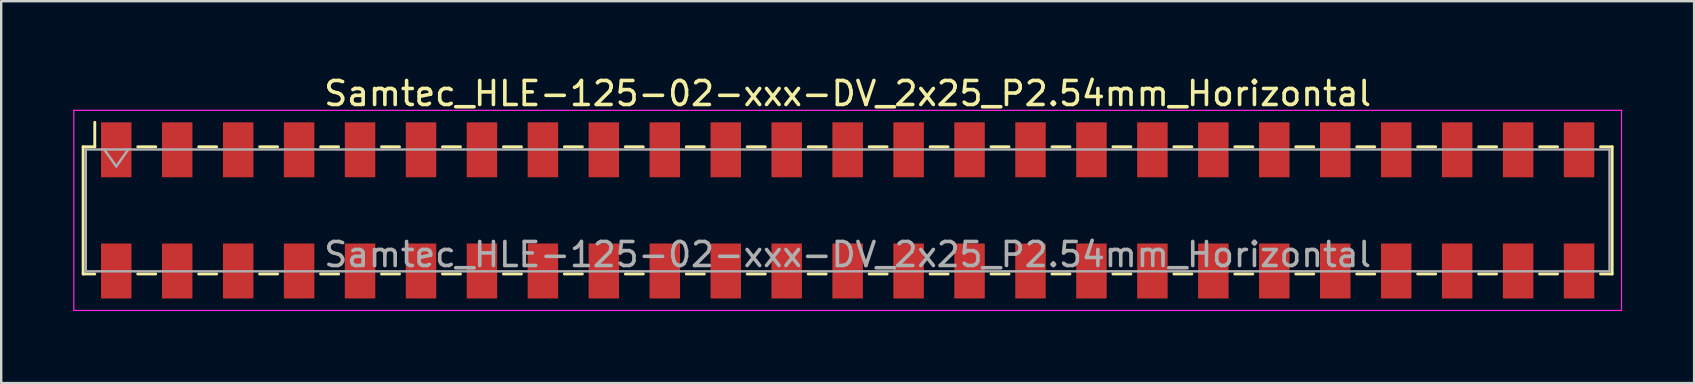
<source format=kicad_pcb>
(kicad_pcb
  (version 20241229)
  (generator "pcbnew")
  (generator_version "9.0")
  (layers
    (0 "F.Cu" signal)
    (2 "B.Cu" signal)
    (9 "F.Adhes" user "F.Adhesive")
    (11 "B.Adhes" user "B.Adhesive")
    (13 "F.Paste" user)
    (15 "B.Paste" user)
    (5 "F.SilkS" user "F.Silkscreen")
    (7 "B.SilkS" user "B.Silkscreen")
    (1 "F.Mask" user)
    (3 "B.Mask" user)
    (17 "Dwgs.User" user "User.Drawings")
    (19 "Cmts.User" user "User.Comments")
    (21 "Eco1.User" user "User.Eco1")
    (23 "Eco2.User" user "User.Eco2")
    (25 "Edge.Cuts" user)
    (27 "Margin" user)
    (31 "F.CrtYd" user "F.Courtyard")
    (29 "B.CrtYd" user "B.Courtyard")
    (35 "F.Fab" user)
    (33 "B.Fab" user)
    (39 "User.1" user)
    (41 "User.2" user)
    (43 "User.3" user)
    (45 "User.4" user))
  (footprint "Samtec_HLE-125-02-xxx-DV_2x25_P2.54mm_Horizontal"
    (layer "F.Cu")
    (at 32.275 5.718)
    (property "Reference" "Samtec_HLE-125-02-xxx-DV_2x25_P2.54mm_Horizontal" (at 0 -4.87 0) (layer "F.SilkS") (effects (font (size 1 1) (thickness 0.15))))
    (attr smd)
    (fp_line (start -31.86 -2.65) (end -31.86 2.65) (stroke (width 0.12) (type solid)) (layer "F.SilkS"))
    (fp_line (start -31.86 2.65) (end -31.375 2.65) (stroke (width 0.12) (type solid)) (layer "F.SilkS"))
    (fp_line (start -31.375 -3.67) (end -31.375 -2.65) (stroke (width 0.12) (type solid)) (layer "F.SilkS"))
    (fp_line (start -31.375 -2.65) (end -31.86 -2.65) (stroke (width 0.12) (type solid)) (layer "F.SilkS"))
    (fp_line (start -29.585 -2.65) (end -28.835 -2.65) (stroke (width 0.12) (type solid)) (layer "F.SilkS"))
    (fp_line (start -29.585 2.65) (end -28.835 2.65) (stroke (width 0.12) (type solid)) (layer "F.SilkS"))
    (fp_line (start -27.045 -2.65) (end -26.295 -2.65) (stroke (width 0.12) (type solid)) (layer "F.SilkS"))
    (fp_line (start -27.045 2.65) (end -26.295 2.65) (stroke (width 0.12) (type solid)) (layer "F.SilkS"))
    (fp_line (start -24.505 -2.65) (end -23.755 -2.65) (stroke (width 0.12) (type solid)) (layer "F.SilkS"))
    (fp_line (start -24.505 2.65) (end -23.755 2.65) (stroke (width 0.12) (type solid)) (layer "F.SilkS"))
    (fp_line (start -21.965 -2.65) (end -21.215 -2.65) (stroke (width 0.12) (type solid)) (layer "F.SilkS"))
    (fp_line (start -21.965 2.65) (end -21.215 2.65) (stroke (width 0.12) (type solid)) (layer "F.SilkS"))
    (fp_line (start -19.425 -2.65) (end -18.675 -2.65) (stroke (width 0.12) (type solid)) (layer "F.SilkS"))
    (fp_line (start -19.425 2.65) (end -18.675 2.65) (stroke (width 0.12) (type solid)) (layer "F.SilkS"))
    (fp_line (start -16.885 -2.65) (end -16.135 -2.65) (stroke (width 0.12) (type solid)) (layer "F.SilkS"))
    (fp_line (start -16.885 2.65) (end -16.135 2.65) (stroke (width 0.12) (type solid)) (layer "F.SilkS"))
    (fp_line (start -14.345 -2.65) (end -13.595 -2.65) (stroke (width 0.12) (type solid)) (layer "F.SilkS"))
    (fp_line (start -14.345 2.65) (end -13.595 2.65) (stroke (width 0.12) (type solid)) (layer "F.SilkS"))
    (fp_line (start -11.805 -2.65) (end -11.055 -2.65) (stroke (width 0.12) (type solid)) (layer "F.SilkS"))
    (fp_line (start -11.805 2.65) (end -11.055 2.65) (stroke (width 0.12) (type solid)) (layer "F.SilkS"))
    (fp_line (start -9.265 -2.65) (end -8.515 -2.65) (stroke (width 0.12) (type solid)) (layer "F.SilkS"))
    (fp_line (start -9.265 2.65) (end -8.515 2.65) (stroke (width 0.12) (type solid)) (layer "F.SilkS"))
    (fp_line (start -6.725 -2.65) (end -5.975 -2.65) (stroke (width 0.12) (type solid)) (layer "F.SilkS"))
    (fp_line (start -6.725 2.65) (end -5.975 2.65) (stroke (width 0.12) (type solid)) (layer "F.SilkS"))
    (fp_line (start -4.185 -2.65) (end -3.435 -2.65) (stroke (width 0.12) (type solid)) (layer "F.SilkS"))
    (fp_line (start -4.185 2.65) (end -3.435 2.65) (stroke (width 0.12) (type solid)) (layer "F.SilkS"))
    (fp_line (start -1.645 -2.65) (end -0.895 -2.65) (stroke (width 0.12) (type solid)) (layer "F.SilkS"))
    (fp_line (start -1.645 2.65) (end -0.895 2.65) (stroke (width 0.12) (type solid)) (layer "F.SilkS"))
    (fp_line (start 0.895 -2.65) (end 1.645 -2.65) (stroke (width 0.12) (type solid)) (layer "F.SilkS"))
    (fp_line (start 0.895 2.65) (end 1.645 2.65) (stroke (width 0.12) (type solid)) (layer "F.SilkS"))
    (fp_line (start 3.435 -2.65) (end 4.185 -2.65) (stroke (width 0.12) (type solid)) (layer "F.SilkS"))
    (fp_line (start 3.435 2.65) (end 4.185 2.65) (stroke (width 0.12) (type solid)) (layer "F.SilkS"))
    (fp_line (start 5.975 -2.65) (end 6.725 -2.65) (stroke (width 0.12) (type solid)) (layer "F.SilkS"))
    (fp_line (start 5.975 2.65) (end 6.725 2.65) (stroke (width 0.12) (type solid)) (layer "F.SilkS"))
    (fp_line (start 8.515 -2.65) (end 9.265 -2.65) (stroke (width 0.12) (type solid)) (layer "F.SilkS"))
    (fp_line (start 8.515 2.65) (end 9.265 2.65) (stroke (width 0.12) (type solid)) (layer "F.SilkS"))
    (fp_line (start 11.055 -2.65) (end 11.805 -2.65) (stroke (width 0.12) (type solid)) (layer "F.SilkS"))
    (fp_line (start 11.055 2.65) (end 11.805 2.65) (stroke (width 0.12) (type solid)) (layer "F.SilkS"))
    (fp_line (start 13.595 -2.65) (end 14.345 -2.65) (stroke (width 0.12) (type solid)) (layer "F.SilkS"))
    (fp_line (start 13.595 2.65) (end 14.345 2.65) (stroke (width 0.12) (type solid)) (layer "F.SilkS"))
    (fp_line (start 16.135 -2.65) (end 16.885 -2.65) (stroke (width 0.12) (type solid)) (layer "F.SilkS"))
    (fp_line (start 16.135 2.65) (end 16.885 2.65) (stroke (width 0.12) (type solid)) (layer "F.SilkS"))
    (fp_line (start 18.675 -2.65) (end 19.425 -2.65) (stroke (width 0.12) (type solid)) (layer "F.SilkS"))
    (fp_line (start 18.675 2.65) (end 19.425 2.65) (stroke (width 0.12) (type solid)) (layer "F.SilkS"))
    (fp_line (start 21.215 -2.65) (end 21.965 -2.65) (stroke (width 0.12) (type solid)) (layer "F.SilkS"))
    (fp_line (start 21.215 2.65) (end 21.965 2.65) (stroke (width 0.12) (type solid)) (layer "F.SilkS"))
    (fp_line (start 23.755 -2.65) (end 24.505 -2.65) (stroke (width 0.12) (type solid)) (layer "F.SilkS"))
    (fp_line (start 23.755 2.65) (end 24.505 2.65) (stroke (width 0.12) (type solid)) (layer "F.SilkS"))
    (fp_line (start 26.295 -2.65) (end 27.045 -2.65) (stroke (width 0.12) (type solid)) (layer "F.SilkS"))
    (fp_line (start 26.295 2.65) (end 27.045 2.65) (stroke (width 0.12) (type solid)) (layer "F.SilkS"))
    (fp_line (start 28.835 -2.65) (end 29.585 -2.65) (stroke (width 0.12) (type solid)) (layer "F.SilkS"))
    (fp_line (start 28.835 2.65) (end 29.585 2.65) (stroke (width 0.12) (type solid)) (layer "F.SilkS"))
    (fp_line (start 31.375 -2.65) (end 31.86 -2.65) (stroke (width 0.12) (type solid)) (layer "F.SilkS"))
    (fp_line (start 31.86 -2.65) (end 31.86 2.65) (stroke (width 0.12) (type solid)) (layer "F.SilkS"))
    (fp_line (start 31.86 2.65) (end 31.375 2.65) (stroke (width 0.12) (type solid)) (layer "F.SilkS"))
    (fp_line (start -32.25 -4.17) (end 32.25 -4.17) (stroke (width 0.05) (type solid)) (layer "F.CrtYd"))
    (fp_line (start -32.25 4.17) (end -32.25 -4.17) (stroke (width 0.05) (type solid)) (layer "F.CrtYd"))
    (fp_line (start 32.25 -4.17) (end 32.25 4.17) (stroke (width 0.05) (type solid)) (layer "F.CrtYd"))
    (fp_line (start 32.25 4.17) (end -32.25 4.17) (stroke (width 0.05) (type solid)) (layer "F.CrtYd"))
    (fp_line (start -31.75 -2.54) (end 31.75 -2.54) (stroke (width 0.1) (type solid)) (layer "F.Fab"))
    (fp_line (start -31.75 2.54) (end -31.75 -2.54) (stroke (width 0.1) (type solid)) (layer "F.Fab"))
    (fp_line (start -30.98 -2.54) (end -30.48 -1.833) (stroke (width 0.1) (type solid)) (layer "F.Fab"))
    (fp_line (start -30.48 -1.833) (end -29.98 -2.54) (stroke (width 0.1) (type solid)) (layer "F.Fab"))
    (fp_line (start 31.75 -2.54) (end 31.75 2.54) (stroke (width 0.1) (type solid)) (layer "F.Fab"))
    (fp_line (start 31.75 2.54) (end -31.75 2.54) (stroke (width 0.1) (type solid)) (layer "F.Fab"))
    (fp_text user "${REFERENCE}" (at 0 1.84 0) (layer "F.Fab") (effects (font (size 1 1) (thickness 0.15))))
    (pad "1" smd rect (at -30.48 -2.525) (size 1.27 2.29) (layers "F.Cu" "F.Mask" "F.Paste"))
    (pad "2" smd rect (at -30.48 2.525) (size 1.27 2.29) (layers "F.Cu" "F.Mask" "F.Paste"))
    (pad "3" smd rect (at -27.94 -2.525) (size 1.27 2.29) (layers "F.Cu" "F.Mask" "F.Paste"))
    (pad "4" smd rect (at -27.94 2.525) (size 1.27 2.29) (layers "F.Cu" "F.Mask" "F.Paste"))
    (pad "5" smd rect (at -25.4 -2.525) (size 1.27 2.29) (layers "F.Cu" "F.Mask" "F.Paste"))
    (pad "6" smd rect (at -25.4 2.525) (size 1.27 2.29) (layers "F.Cu" "F.Mask" "F.Paste"))
    (pad "7" smd rect (at -22.86 -2.525) (size 1.27 2.29) (layers "F.Cu" "F.Mask" "F.Paste"))
    (pad "8" smd rect (at -22.86 2.525) (size 1.27 2.29) (layers "F.Cu" "F.Mask" "F.Paste"))
    (pad "9" smd rect (at -20.32 -2.525) (size 1.27 2.29) (layers "F.Cu" "F.Mask" "F.Paste"))
    (pad "10" smd rect (at -20.32 2.525) (size 1.27 2.29) (layers "F.Cu" "F.Mask" "F.Paste"))
    (pad "11" smd rect (at -17.78 -2.525) (size 1.27 2.29) (layers "F.Cu" "F.Mask" "F.Paste"))
    (pad "12" smd rect (at -17.78 2.525) (size 1.27 2.29) (layers "F.Cu" "F.Mask" "F.Paste"))
    (pad "13" smd rect (at -15.24 -2.525) (size 1.27 2.29) (layers "F.Cu" "F.Mask" "F.Paste"))
    (pad "14" smd rect (at -15.24 2.525) (size 1.27 2.29) (layers "F.Cu" "F.Mask" "F.Paste"))
    (pad "15" smd rect (at -12.7 -2.525) (size 1.27 2.29) (layers "F.Cu" "F.Mask" "F.Paste"))
    (pad "16" smd rect (at -12.7 2.525) (size 1.27 2.29) (layers "F.Cu" "F.Mask" "F.Paste"))
    (pad "17" smd rect (at -10.16 -2.525) (size 1.27 2.29) (layers "F.Cu" "F.Mask" "F.Paste"))
    (pad "18" smd rect (at -10.16 2.525) (size 1.27 2.29) (layers "F.Cu" "F.Mask" "F.Paste"))
    (pad "19" smd rect (at -7.62 -2.525) (size 1.27 2.29) (layers "F.Cu" "F.Mask" "F.Paste"))
    (pad "20" smd rect (at -7.62 2.525) (size 1.27 2.29) (layers "F.Cu" "F.Mask" "F.Paste"))
    (pad "21" smd rect (at -5.08 -2.525) (size 1.27 2.29) (layers "F.Cu" "F.Mask" "F.Paste"))
    (pad "22" smd rect (at -5.08 2.525) (size 1.27 2.29) (layers "F.Cu" "F.Mask" "F.Paste"))
    (pad "23" smd rect (at -2.54 -2.525) (size 1.27 2.29) (layers "F.Cu" "F.Mask" "F.Paste"))
    (pad "24" smd rect (at -2.54 2.525) (size 1.27 2.29) (layers "F.Cu" "F.Mask" "F.Paste"))
    (pad "25" smd rect (at 0 -2.525) (size 1.27 2.29) (layers "F.Cu" "F.Mask" "F.Paste"))
    (pad "26" smd rect (at 0 2.525) (size 1.27 2.29) (layers "F.Cu" "F.Mask" "F.Paste"))
    (pad "27" smd rect (at 2.54 -2.525) (size 1.27 2.29) (layers "F.Cu" "F.Mask" "F.Paste"))
    (pad "28" smd rect (at 2.54 2.525) (size 1.27 2.29) (layers "F.Cu" "F.Mask" "F.Paste"))
    (pad "29" smd rect (at 5.08 -2.525) (size 1.27 2.29) (layers "F.Cu" "F.Mask" "F.Paste"))
    (pad "30" smd rect (at 5.08 2.525) (size 1.27 2.29) (layers "F.Cu" "F.Mask" "F.Paste"))
    (pad "31" smd rect (at 7.62 -2.525) (size 1.27 2.29) (layers "F.Cu" "F.Mask" "F.Paste"))
    (pad "32" smd rect (at 7.62 2.525) (size 1.27 2.29) (layers "F.Cu" "F.Mask" "F.Paste"))
    (pad "33" smd rect (at 10.16 -2.525) (size 1.27 2.29) (layers "F.Cu" "F.Mask" "F.Paste"))
    (pad "34" smd rect (at 10.16 2.525) (size 1.27 2.29) (layers "F.Cu" "F.Mask" "F.Paste"))
    (pad "35" smd rect (at 12.7 -2.525) (size 1.27 2.29) (layers "F.Cu" "F.Mask" "F.Paste"))
    (pad "36" smd rect (at 12.7 2.525) (size 1.27 2.29) (layers "F.Cu" "F.Mask" "F.Paste"))
    (pad "37" smd rect (at 15.24 -2.525) (size 1.27 2.29) (layers "F.Cu" "F.Mask" "F.Paste"))
    (pad "38" smd rect (at 15.24 2.525) (size 1.27 2.29) (layers "F.Cu" "F.Mask" "F.Paste"))
    (pad "39" smd rect (at 17.78 -2.525) (size 1.27 2.29) (layers "F.Cu" "F.Mask" "F.Paste"))
    (pad "40" smd rect (at 17.78 2.525) (size 1.27 2.29) (layers "F.Cu" "F.Mask" "F.Paste"))
    (pad "41" smd rect (at 20.32 -2.525) (size 1.27 2.29) (layers "F.Cu" "F.Mask" "F.Paste"))
    (pad "42" smd rect (at 20.32 2.525) (size 1.27 2.29) (layers "F.Cu" "F.Mask" "F.Paste"))
    (pad "43" smd rect (at 22.86 -2.525) (size 1.27 2.29) (layers "F.Cu" "F.Mask" "F.Paste"))
    (pad "44" smd rect (at 22.86 2.525) (size 1.27 2.29) (layers "F.Cu" "F.Mask" "F.Paste"))
    (pad "45" smd rect (at 25.4 -2.525) (size 1.27 2.29) (layers "F.Cu" "F.Mask" "F.Paste"))
    (pad "46" smd rect (at 25.4 2.525) (size 1.27 2.29) (layers "F.Cu" "F.Mask" "F.Paste"))
    (pad "47" smd rect (at 27.94 -2.525) (size 1.27 2.29) (layers "F.Cu" "F.Mask" "F.Paste"))
    (pad "48" smd rect (at 27.94 2.525) (size 1.27 2.29) (layers "F.Cu" "F.Mask" "F.Paste"))
    (pad "49" smd rect (at 30.48 -2.525) (size 1.27 2.29) (layers "F.Cu" "F.Mask" "F.Paste"))
    (pad "50" smd rect (at 30.48 2.525) (size 1.27 2.29) (layers "F.Cu" "F.Mask" "F.Paste")))
  (gr_rect
    (start -3 -3)
    (end 67.55 12.913)
    (stroke (width 0.1) (type default))
    (fill no)
    (layer "Edge.Cuts")))
</source>
